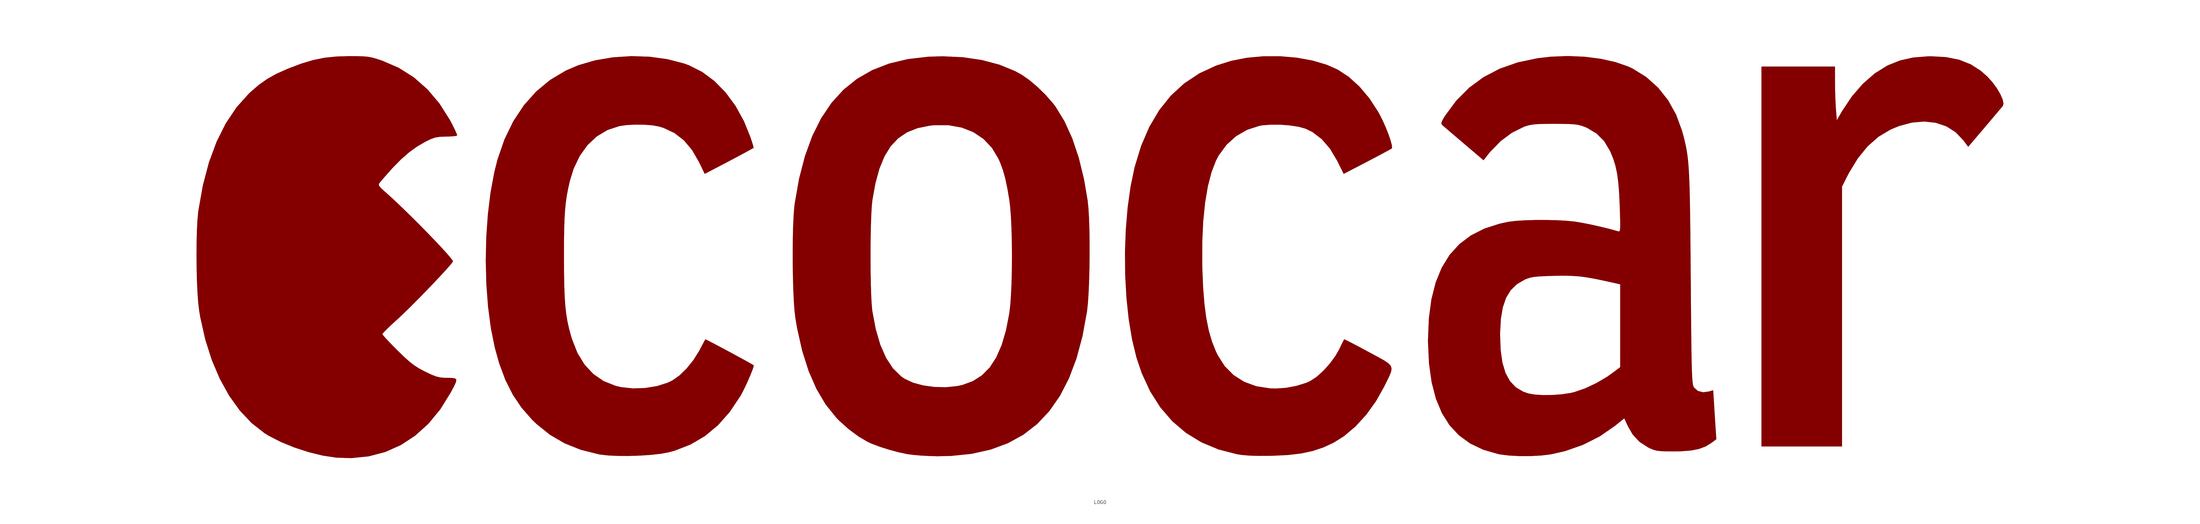
<source format=kicad_sym>
(kicad_symbol_lib
  (version 20220914)
  (generator bitmap2component)
  (symbol "LOGO"
    (pin_names
      (offset 1.016))
    (property "Reference" "#G"
      (at 0 50.523 0)
      (effects (font (size 1.27 1.27)) hide))
    (symbol "LOGO_0_0"
      (polyline (pts (xy -185.203 -50.445) (xy -180.989 -49.336) (xy -177.045 -47.579) (xy -173.396 -45.188) (xy -170.066 -42.176) (xy -167.079 -38.557) (xy -164.458 -34.344) (xy -164.371 -34.182) (xy -163.552 -32.642) (xy -163.089 -31.619) (xy -163.006 -31.007) (xy -163.325 -30.699) (xy -164.069 -30.588) (xy -165.261 -30.567) (xy -165.945 -30.554) (xy -167.078 -30.455) (xy -168.122 -30.205) (xy -169.313 -29.738) (xy -170.891 -28.987) (xy -171.143 -28.861) (xy -172.495 -28.135) (xy -173.685 -27.37) (xy -174.874 -26.445) (xy -176.222 -25.234) (xy -177.889 -23.616) (xy -178.577 -22.93) (xy -179.824 -21.652) (xy -180.824 -20.587) (xy -181.487 -19.828) (xy -181.726 -19.473) (xy -181.691 -19.398) (xy -181.265 -18.905) (xy -180.433 -18.068) (xy -179.291 -16.982) (xy -177.934 -15.741) (xy -177.888 -15.7) (xy -176.707 -14.6) (xy -175.28 -13.218) (xy -173.684 -11.632) (xy -171.994 -9.921) (xy -170.285 -8.164) (xy -168.632 -6.438) (xy -167.11 -4.823) (xy -165.796 -3.397) (xy -164.764 -2.239) (xy -164.089 -1.427) (xy -163.848 -1.041) (xy -163.964 -0.791) (xy -164.524 -0.055) (xy -165.484 1.058) (xy -166.776 2.476) (xy -168.331 4.13) (xy -170.081 5.949) (xy -171.957 7.862) (xy -173.889 9.8) (xy -175.81 11.69) (xy -177.65 13.463) (xy -179.341 15.048) (xy -180.814 16.374) (xy -181.314 16.815) (xy -182.16 17.608) (xy -182.57 18.129) (xy -182.626 18.504) (xy -182.409 18.863) (xy -181.605 19.825) (xy -179.17 22.587) (xy -176.953 24.835) (xy -174.858 26.656) (xy -172.788 28.137) (xy -170.645 29.365) (xy -169.477 29.926) (xy -168.33 30.328) (xy -167.131 30.517) (xy -165.549 30.57) (xy -165.223 30.574) (xy -163.979 30.629) (xy -163.106 30.733) (xy -162.776 30.866) (xy -162.776 30.871) (xy -162.934 31.326) (xy -163.333 32.222) (xy -163.89 33.37) (xy -164.601 34.729) (xy -167.255 38.92) (xy -170.308 42.532) (xy -173.746 45.553) (xy -177.56 47.973) (xy -181.735 49.78) (xy -182.005 49.872) (xy -183.328 50.308) (xy -184.425 50.606) (xy -185.485 50.792) (xy -186.695 50.892) (xy -188.245 50.93) (xy -190.321 50.933) (xy -193.334 50.845) (xy -196.346 50.535) (xy -199.233 49.954) (xy -202.232 49.055) (xy -205.577 47.788) (xy -205.701 47.738) (xy -208.512 46.482) (xy -210.867 45.172) (xy -213.007 43.657) (xy -215.173 41.785) (xy -215.511 41.467) (xy -218.631 37.99) (xy -221.359 33.919) (xy -223.693 29.26) (xy -225.63 24.018) (xy -227.167 18.198) (xy -228.302 11.806) (xy -228.343 11.49) (xy -228.536 9.383) (xy -228.672 6.747) (xy -228.751 3.737) (xy -228.776 0.509) (xy -228.746 -2.782) (xy -228.664 -5.98) (xy -228.531 -8.931) (xy -228.347 -11.478) (xy -228.114 -13.467) (xy -227.808 -15.288) (xy -226.559 -20.847) (xy -224.912 -26.028) (xy -222.892 -30.782) (xy -220.526 -35.058) (xy -217.839 -38.809) (xy -214.857 -41.984) (xy -211.607 -44.535) (xy -210.573 -45.178) (xy -207.522 -46.754) (xy -204.062 -48.176) (xy -200.415 -49.368) (xy -196.799 -50.256) (xy -193.434 -50.762) (xy -189.665 -50.893) (xy -185.203 -50.445)) (stroke (width 0.01) (type default)) (fill (type outline)))
      (polyline (pts (xy -116.326 -50.241) (xy -113.545 -50.047) (xy -111.075 -49.761) (xy -109.113 -49.389) (xy -107.7 -48.998) (xy -103.685 -47.436) (xy -100.039 -45.289) (xy -96.737 -42.538) (xy -93.755 -39.163) (xy -91.069 -35.146) (xy -91.053 -35.119) (xy -90.469 -34.037) (xy -89.813 -32.698) (xy -89.149 -31.251) (xy -88.542 -29.846) (xy -88.057 -28.633) (xy -87.758 -27.762) (xy -87.712 -27.383) (xy -87.87 -27.278) (xy -88.567 -26.871) (xy -89.691 -26.242) (xy -91.123 -25.456) (xy -92.746 -24.574) (xy -94.444 -23.66) (xy -96.1 -22.776) (xy -97.596 -21.986) (xy -98.817 -21.351) (xy -99.644 -20.936) (xy -99.961 -20.802) (xy -99.988 -20.845) (xy -100.268 -21.35) (xy -100.766 -22.286) (xy -101.398 -23.493) (xy -101.545 -23.769) (xy -102.997 -26.079) (xy -104.716 -28.207) (xy -106.549 -29.983) (xy -108.344 -31.239) (xy -109.454 -31.769) (xy -112.156 -32.633) (xy -115.172 -33.13) (xy -118.283 -33.234) (xy -121.269 -32.914) (xy -122.681 -32.583) (xy -125.691 -31.383) (xy -128.31 -29.589) (xy -130.528 -27.212) (xy -132.334 -24.261) (xy -133.716 -20.749) (xy -133.949 -19.979) (xy -134.454 -18.134) (xy -134.857 -16.323) (xy -135.171 -14.438) (xy -135.405 -12.374) (xy -135.569 -10.024) (xy -135.674 -7.279) (xy -135.732 -4.033) (xy -135.752 -0.179) (xy -135.753 0.838) (xy -135.738 4.392) (xy -135.691 7.37) (xy -135.604 9.881) (xy -135.467 12.038) (xy -135.273 13.949) (xy -135.012 15.726) (xy -134.677 17.479) (xy -134.259 19.318) (xy -133.295 22.444) (xy -131.744 25.684) (xy -129.775 28.422) (xy -127.421 30.617) (xy -124.72 32.232) (xy -121.706 33.226) (xy -119.931 33.48) (xy -117.759 33.6) (xy -115.493 33.58) (xy -113.399 33.422) (xy -111.742 33.129) (xy -110.553 32.766) (xy -107.786 31.469) (xy -105.394 29.618) (xy -103.331 27.173) (xy -101.553 24.094) (xy -100.113 21.117) (xy -95.58 23.486) (xy -94.311 24.151) (xy -92.363 25.182) (xy -90.625 26.111) (xy -89.205 26.881) (xy -88.207 27.436) (xy -87.738 27.717) (xy -87.734 27.741) (xy -87.843 28.211) (xy -88.128 29.151) (xy -88.537 30.392) (xy -90.187 34.471) (xy -92.326 38.347) (xy -94.838 41.758) (xy -97.671 44.645) (xy -100.779 46.954) (xy -104.113 48.626) (xy -105.395 49.088) (xy -109.552 50.168) (xy -114.042 50.786) (xy -118.705 50.942) (xy -123.379 50.635) (xy -127.904 49.865) (xy -132.121 48.634) (xy -135.317 47.262) (xy -139.261 44.907) (xy -142.793 41.977) (xy -145.902 38.487) (xy -148.574 34.452) (xy -150.798 29.885) (xy -152.56 24.801) (xy -153.386 21.532) (xy -154.336 16.399) (xy -155.014 10.852) (xy -155.418 5.039) (xy -155.547 -0.895) (xy -155.397 -6.803) (xy -154.967 -12.536) (xy -154.255 -17.95) (xy -153.258 -22.896) (xy -152.175 -26.794) (xy -150.603 -31.046) (xy -148.719 -34.793) (xy -146.473 -38.135) (xy -143.814 -41.168) (xy -142.701 -42.243) (xy -139.285 -44.986) (xy -135.568 -47.151) (xy -131.463 -48.786) (xy -126.882 -49.934) (xy -126.618 -49.981) (xy -124.563 -50.214) (xy -122.032 -50.331) (xy -119.221 -50.338) (xy -116.326 -50.241)) (stroke (width 0.01) (type default)) (fill (type outline)))
      (polyline (pts (xy -37.796 -50.338) (xy -32.543 -49.801) (xy -27.74 -48.732) (xy -23.378 -47.122) (xy -19.45 -44.964) (xy -15.946 -42.248) (xy -12.857 -38.965) (xy -10.175 -35.109) (xy -7.891 -30.67) (xy -5.996 -25.64) (xy -4.482 -20.011) (xy -3.34 -13.773) (xy -3.316 -13.601) (xy -3.104 -11.591) (xy -2.933 -9.033) (xy -2.804 -6.069) (xy -2.719 -2.837) (xy -2.678 0.521) (xy -2.682 3.865) (xy -2.731 7.057) (xy -2.828 9.955) (xy -2.972 12.419) (xy -3.164 14.31) (xy -4.08 19.695) (xy -5.41 25.171) (xy -7.059 30.085) (xy -9.016 34.404) (xy -11.271 38.1) (xy -12.033 39.102) (xy -13.823 41.135) (xy -15.859 43.127) (xy -17.937 44.888) (xy -19.855 46.224) (xy -21.618 47.184) (xy -25.541 48.785) (xy -29.943 49.95) (xy -34.749 50.661) (xy -39.889 50.902) (xy -43.485 50.794) (xy -48.665 50.196) (xy -53.398 49.069) (xy -57.692 47.403) (xy -61.557 45.189) (xy -65.001 42.418) (xy -68.032 39.081) (xy -70.662 35.169) (xy -72.898 30.673) (xy -74.749 25.585) (xy -76.224 19.895) (xy -77.332 13.594) (xy -77.437 12.716) (xy -77.605 10.546) (xy -77.727 7.872) (xy -77.804 4.832) (xy -77.838 1.559) (xy -77.832 -0.682) (xy -58.141 -0.682) (xy -58.135 2.471) (xy -58.1 5.543) (xy -58.035 8.406) (xy -57.941 10.935) (xy -57.817 13.005) (xy -57.665 14.489) (xy -56.901 18.72) (xy -55.879 22.457) (xy -54.593 25.582) (xy -53.014 28.133) (xy -51.116 30.144) (xy -48.868 31.655) (xy -46.243 32.701) (xy -43.213 33.319) (xy -42.012 33.445) (xy -38.383 33.444) (xy -35.068 32.85) (xy -32.105 31.683) (xy -29.537 29.963) (xy -27.404 27.71) (xy -25.748 24.943) (xy -25.236 23.77) (xy -24.58 21.955) (xy -24.017 19.916) (xy -23.503 17.491) (xy -22.996 14.515) (xy -22.778 12.723) (xy -22.583 10.151) (xy -22.443 7.136) (xy -22.359 3.825) (xy -22.329 0.359) (xy -22.355 -3.116) (xy -22.435 -6.456) (xy -22.571 -9.517) (xy -22.761 -12.154) (xy -23.006 -14.225) (xy -23.833 -18.483) (xy -24.933 -22.236) (xy -26.301 -25.372) (xy -27.959 -27.922) (xy -29.926 -29.916) (xy -32.223 -31.384) (xy -34.87 -32.358) (xy -36.135 -32.633) (xy -38.969 -32.929) (xy -41.917 -32.872) (xy -44.786 -32.483) (xy -47.38 -31.783) (xy -49.507 -30.792) (xy -50.445 -30.14) (xy -52.474 -28.134) (xy -54.21 -25.488) (xy -55.654 -22.199) (xy -56.808 -18.262) (xy -57.675 -13.673) (xy -57.727 -13.268) (xy -57.869 -11.595) (xy -57.982 -9.374) (xy -58.064 -6.731) (xy -58.117 -3.791) (xy -58.141 -0.682) (xy -77.832 -0.682) (xy -77.829 -1.811) (xy -77.777 -5.143) (xy -77.684 -8.301) (xy -77.551 -11.151) (xy -77.377 -13.557) (xy -77.164 -15.383) (xy -76.715 -18.023) (xy -75.424 -23.752) (xy -73.794 -28.866) (xy -71.821 -33.374) (xy -69.499 -37.291) (xy -66.823 -40.628) (xy -65.998 -41.473) (xy -63.667 -43.555) (xy -61.204 -45.386) (xy -58.849 -46.779) (xy -57.935 -47.197) (xy -55.894 -47.974) (xy -53.532 -48.73) (xy -51.095 -49.388) (xy -48.832 -49.871) (xy -47.369 -50.068) (xy -45.415 -50.237) (xy -43.254 -50.356) (xy -41.141 -50.409) (xy -37.796 -50.338)) (stroke (width 0.01) (type default)) (fill (type outline)))
      (polyline (pts (xy 43.466 -50.295) (xy 43.663 -50.291) (xy 47.544 -50.102) (xy 50.883 -49.707) (xy 53.827 -49.075) (xy 56.521 -48.175) (xy 59.111 -46.976) (xy 61.755 -45.313) (xy 64.664 -42.846) (xy 67.39 -39.858) (xy 69.841 -36.453) (xy 71.922 -32.734) (xy 72.477 -31.609) (xy 73.197 -30.14) (xy 73.645 -29.03) (xy 73.775 -28.174) (xy 73.539 -27.467) (xy 72.889 -26.801) (xy 71.776 -26.072) (xy 70.153 -25.174) (xy 67.972 -24.001) (xy 67.723 -23.865) (xy 65.857 -22.861) (xy 64.231 -22.003) (xy 62.942 -21.34) (xy 62.086 -20.922) (xy 61.76 -20.799) (xy 61.747 -20.821) (xy 61.514 -21.278) (xy 61.069 -22.183) (xy 60.494 -23.366) (xy 59.6 -24.943) (xy 58.166 -26.912) (xy 56.511 -28.757) (xy 54.799 -30.299) (xy 53.194 -31.358) (xy 52.143 -31.825) (xy 49.741 -32.576) (xy 47.093 -33.078) (xy 44.499 -33.264) (xy 42.981 -33.218) (xy 39.527 -32.681) (xy 36.451 -31.557) (xy 33.779 -29.86) (xy 31.539 -27.605) (xy 29.755 -24.807) (xy 29.276 -23.808) (xy 28.286 -21.302) (xy 27.486 -18.529) (xy 26.859 -15.399) (xy 26.391 -11.827) (xy 26.065 -7.723) (xy 25.866 -3.001) (xy 25.838 -1.85) (xy 25.841 3.829) (xy 26.082 9.054) (xy 26.558 13.777) (xy 27.26 17.954) (xy 28.185 21.539) (xy 29.326 24.485) (xy 30.024 25.8) (xy 31.993 28.488) (xy 34.415 30.668) (xy 37.22 32.288) (xy 40.34 33.29) (xy 41.125 33.423) (xy 43.261 33.59) (xy 45.655 33.573) (xy 48.065 33.389) (xy 50.252 33.05) (xy 51.975 32.573) (xy 53.721 31.726) (xy 56.083 29.929) (xy 58.182 27.499) (xy 59.988 24.466) (xy 61.651 21.117) (xy 67.584 24.201) (xy 69.453 25.179) (xy 71.133 26.07) (xy 72.495 26.804) (xy 73.431 27.325) (xy 73.838 27.576) (xy 73.898 27.717) (xy 73.829 28.44) (xy 73.517 29.611) (xy 73.011 31.095) (xy 72.357 32.756) (xy 71.605 34.459) (xy 70.803 36.069) (xy 70.375 36.847) (xy 68.173 40.23) (xy 65.67 43.207) (xy 62.961 45.675) (xy 60.143 47.529) (xy 57.341 48.764) (xy 53.74 49.827) (xy 49.776 50.547) (xy 45.594 50.911) (xy 41.34 50.909) (xy 37.161 50.528) (xy 33.202 49.755) (xy 29.338 48.537) (xy 25.085 46.561) (xy 21.273 44.027) (xy 17.899 40.932) (xy 14.963 37.273) (xy 12.46 33.048) (xy 10.388 28.255) (xy 8.746 22.889) (xy 8.71 22.748) (xy 7.704 17.91) (xy 6.964 12.618) (xy 6.491 7.013) (xy 6.283 1.233) (xy 6.338 -4.579) (xy 6.656 -10.285) (xy 7.235 -15.743) (xy 8.075 -20.815) (xy 9.172 -25.359) (xy 10.528 -29.373) (xy 12.657 -33.978) (xy 15.237 -38.038) (xy 18.261 -41.545) (xy 21.722 -44.493) (xy 25.612 -46.874) (xy 29.923 -48.68) (xy 34.647 -49.904) (xy 35.907 -50.095) (xy 37.903 -50.257) (xy 40.385 -50.322) (xy 43.466 -50.295)) (stroke (width 0.01) (type default)) (fill (type outline)))
      (polyline (pts (xy 109.035 -50.372) (xy 111.768 -50.219) (xy 114.164 -49.917) (xy 117.667 -49.123) (xy 122.23 -47.527) (xy 126.484 -45.38) (xy 130.3 -42.74) (xy 132.686 -40.815) (xy 133.546 -42.693) (xy 134.785 -44.868) (xy 136.532 -46.77) (xy 138.741 -48.192) (xy 139.301 -48.46) (xy 140.126 -48.796) (xy 140.955 -49.009) (xy 141.966 -49.128) (xy 143.337 -49.179) (xy 145.245 -49.19) (xy 146.938 -49.164) (xy 149.522 -48.97) (xy 151.611 -48.562) (xy 153.334 -47.912) (xy 154.821 -46.988) (xy 155.99 -46.103) (xy 155.808 -43.354) (xy 155.78 -42.942) (xy 155.663 -41.13) (xy 155.533 -39.076) (xy 155.413 -37.15) (xy 155.2 -33.696) (xy 154.068 -34.025) (xy 152.659 -34.21) (xy 151.31 -33.869) (xy 150.331 -32.987) (xy 150.25 -32.845) (xy 150.145 -32.563) (xy 150.052 -32.15) (xy 149.972 -31.556) (xy 149.902 -30.735) (xy 149.841 -29.637) (xy 149.788 -28.212) (xy 149.741 -26.413) (xy 149.699 -24.191) (xy 149.66 -21.496) (xy 149.623 -18.281) (xy 149.586 -14.497) (xy 149.548 -10.094) (xy 149.508 -5.025) (xy 149.501 -4.08) (xy 149.458 1.151) (xy 149.416 5.732) (xy 149.37 9.72) (xy 149.318 13.171) (xy 149.256 16.14) (xy 149.18 18.686) (xy 149.089 20.864) (xy 148.978 22.73) (xy 148.844 24.34) (xy 148.683 25.752) (xy 148.494 27.02) (xy 148.272 28.203) (xy 148.013 29.355) (xy 147.716 30.534) (xy 147.376 31.795) (xy 147.295 32.087) (xy 145.803 36.143) (xy 143.771 39.789) (xy 141.237 42.976) (xy 138.236 45.66) (xy 134.807 47.791) (xy 133.678 48.316) (xy 130.449 49.435) (xy 126.748 50.263) (xy 122.712 50.781) (xy 118.48 50.969) (xy 114.188 50.805) (xy 110.701 50.406) (xy 105.692 49.349) (xy 101.146 47.753) (xy 97.05 45.612) (xy 93.39 42.917) (xy 90.153 39.663) (xy 87.327 35.84) (xy 86.885 35.13) (xy 86.466 34.32) (xy 86.391 33.825) (xy 86.611 33.482) (xy 86.976 33.163) (xy 87.811 32.444) (xy 89.006 31.421) (xy 90.463 30.177) (xy 92.086 28.796) (xy 97.061 24.566) (xy 98.154 25.967) (xy 98.733 26.684) (xy 101.374 29.399) (xy 104.247 31.539) (xy 107.264 33.035) (xy 107.934 33.269) (xy 108.805 33.498) (xy 109.801 33.65) (xy 111.07 33.741) (xy 112.759 33.784) (xy 115.016 33.795) (xy 117.219 33.784) (xy 118.882 33.744) (xy 120.121 33.66) (xy 121.082 33.515) (xy 121.913 33.294) (xy 122.76 32.983) (xy 123.271 32.766) (xy 125.68 31.332) (xy 127.605 29.391) (xy 129.092 26.896) (xy 129.166 26.734) (xy 129.889 24.971) (xy 130.45 23.174) (xy 130.872 21.207) (xy 131.178 18.935) (xy 131.393 16.22) (xy 131.54 12.927) (xy 131.565 12.173) (xy 131.631 10.055) (xy 131.662 8.531) (xy 131.652 7.509) (xy 131.592 6.896) (xy 131.476 6.599) (xy 131.296 6.526) (xy 131.045 6.584) (xy 130.699 6.69) (xy 128.877 7.192) (xy 126.669 7.733) (xy 124.332 8.254) (xy 122.125 8.698) (xy 120.306 9.005) (xy 120.096 9.034) (xy 118.01 9.239) (xy 115.511 9.373) (xy 112.787 9.435) (xy 110.025 9.426) (xy 107.413 9.347) (xy 105.139 9.197) (xy 103.389 8.977) (xy 101.196 8.514) (xy 97.283 7.257) (xy 93.864 5.527) (xy 90.929 3.311) (xy 88.47 0.596) (xy 86.478 -2.632) (xy 84.943 -6.386) (xy 83.859 -10.678) (xy 83.214 -15.521) (xy 83.048 -19.734) (xy 101.249 -19.734) (xy 101.253 -19.139) (xy 101.445 -15.606) (xy 101.943 -12.666) (xy 102.771 -10.261) (xy 103.957 -8.331) (xy 105.525 -6.82) (xy 107.503 -5.668) (xy 107.976 -5.465) (xy 108.782 -5.197) (xy 109.714 -5.007) (xy 110.919 -4.876) (xy 112.545 -4.786) (xy 114.74 -4.716) (xy 117.047 -4.678) (xy 119.25 -4.712) (xy 121.261 -4.851) (xy 123.299 -5.117) (xy 125.586 -5.532) (xy 128.341 -6.12) (xy 131.651 -6.856) (xy 131.651 -17.35) (xy 131.651 -27.844) (xy 129.456 -29.494) (xy 128.367 -30.262) (xy 125.656 -31.867) (xy 122.771 -33.222) (xy 120.024 -34.172) (xy 118.966 -34.414) (xy 116.817 -34.725) (xy 114.46 -34.897) (xy 112.12 -34.923) (xy 110.024 -34.796) (xy 108.397 -34.51) (xy 107.107 -34.058) (xy 105.233 -32.952) (xy 103.744 -31.385) (xy 102.619 -29.318) (xy 101.841 -26.713) (xy 101.39 -23.531) (xy 101.249 -19.734) (xy 83.048 -19.734) (xy 83.001 -20.928) (xy 83.004 -21.614) (xy 83.255 -26.928) (xy 83.916 -31.664) (xy 84.997 -35.838) (xy 86.505 -39.464) (xy 88.449 -42.555) (xy 90.839 -45.126) (xy 93.682 -47.191) (xy 96.988 -48.764) (xy 100.765 -49.859) (xy 101.253 -49.955) (xy 103.534 -50.239) (xy 106.209 -50.379) (xy 109.035 -50.372)) (stroke (width 0.01) (type default)) (fill (type outline)))
      (polyline (pts (xy 187.817 -15.016) (xy 187.817 17.905) (xy 189.118 20.49) (xy 189.564 21.353) (xy 191.827 25.065) (xy 194.32 28.118) (xy 197.065 30.534) (xy 200.082 32.334) (xy 202.277 33.245) (xy 205.529 34.114) (xy 208.648 34.383) (xy 211.57 34.06) (xy 214.231 33.155) (xy 216.568 31.677) (xy 218.516 29.636) (xy 219.761 27.969) (xy 223.912 32.857) (xy 225.089 34.245) (xy 226.35 35.736) (xy 227.402 36.985) (xy 228.161 37.891) (xy 228.541 38.354) (xy 228.691 38.934) (xy 228.47 39.992) (xy 227.884 41.332) (xy 227 42.825) (xy 225.887 44.344) (xy 224.612 45.758) (xy 222.993 47.194) (xy 220.389 48.869) (xy 217.473 50.025) (xy 214.158 50.691) (xy 210.355 50.901) (xy 209.602 50.893) (xy 205.852 50.594) (xy 202.514 49.848) (xy 199.438 48.624) (xy 199.245 48.528) (xy 196.086 46.556) (xy 193.092 43.945) (xy 190.331 40.76) (xy 187.867 37.069) (xy 186.491 34.714) (xy 186.262 37.659) (xy 186.212 38.391) (xy 186.119 40.311) (xy 186.055 42.444) (xy 186.03 44.45) (xy 186.028 48.296) (xy 176.727 48.296) (xy 167.425 48.296) (xy 167.425 0.179) (xy 167.425 -47.938) (xy 177.621 -47.938) (xy 187.817 -47.938) (xy 187.817 -15.016)) (stroke (width 0.01) (type default)) (fill (type outline))))))
</source>
